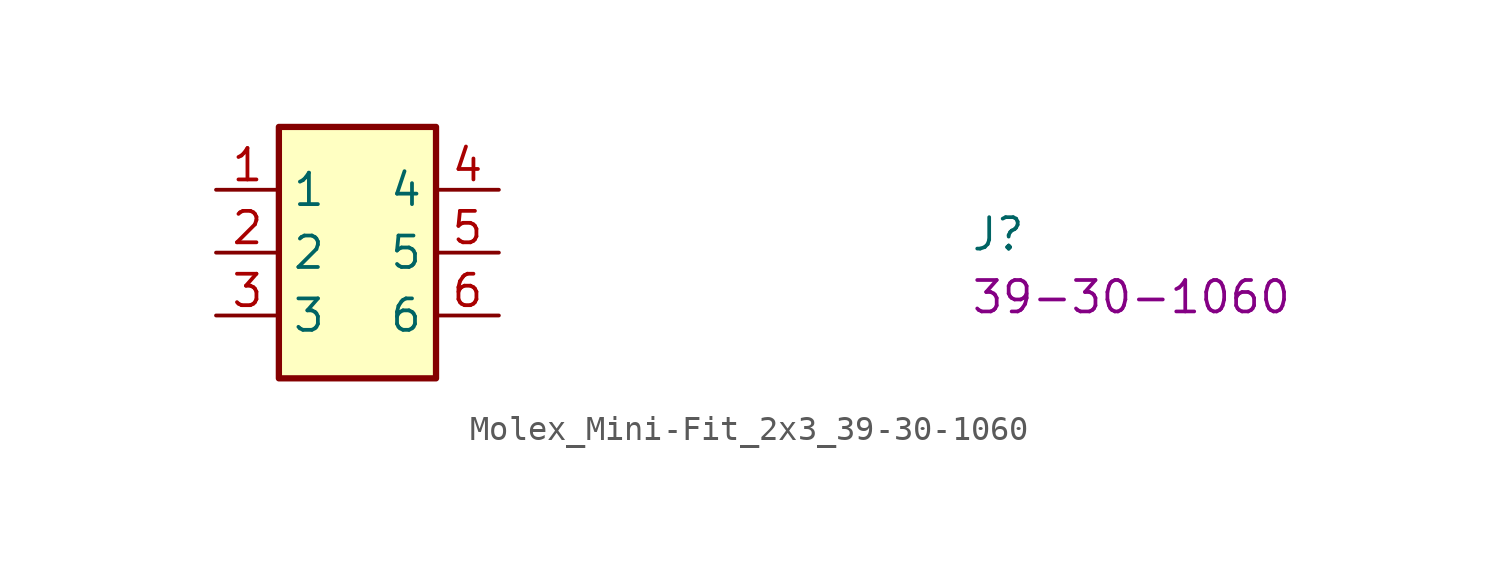
<source format=kicad_sym>
(kicad_symbol_lib
  (version 20220914)
  (generator kicad_symbol_editor)
  (symbol "Molex_Mini-Fit_2x3_39-30-1060"
    (property "Reference" "J"
      (at 30.48 -2.54 0)
      (effects (font (size 1.27 1.27) (thickness 0.15)) (justify left bottom)))
    (property "MPN" "39-30-1060"
      (at 30.48 -5.08 0)
      (effects (font (size 1.27 1.27) (thickness 0.15)) (justify left bottom)))
    (symbol "Molex_Mini-Fit_2x3_39-30-1060_1_1"
      (rectangle (start 2.54 2.54) (end 8.89 -7.62) (stroke (width 0.254) (type default)) (fill (type background)))
      (pin passive line (at 0 0 0) (length 2.54) (name "1" (effects (font (size 1.27 1.27)))) (number "1" (effects (font (size 1.27 1.27)))))
      (pin passive line (at 0 -2.54 0) (length 2.54) (name "2" (effects (font (size 1.27 1.27)))) (number "2" (effects (font (size 1.27 1.27)))))
      (pin passive line (at 0 -5.08 0) (length 2.54) (name "3" (effects (font (size 1.27 1.27)))) (number "3" (effects (font (size 1.27 1.27)))))
      (pin passive line (at 11.43 0 180) (length 2.54) (name "4" (effects (font (size 1.27 1.27)))) (number "4" (effects (font (size 1.27 1.27)))))
      (pin passive line (at 11.43 -2.54 180) (length 2.54) (name "5" (effects (font (size 1.27 1.27)))) (number "5" (effects (font (size 1.27 1.27)))))
      (pin passive line (at 11.43 -5.08 180) (length 2.54) (name "6" (effects (font (size 1.27 1.27)))) (number "6" (effects (font (size 1.27 1.27))))))))
</source>
